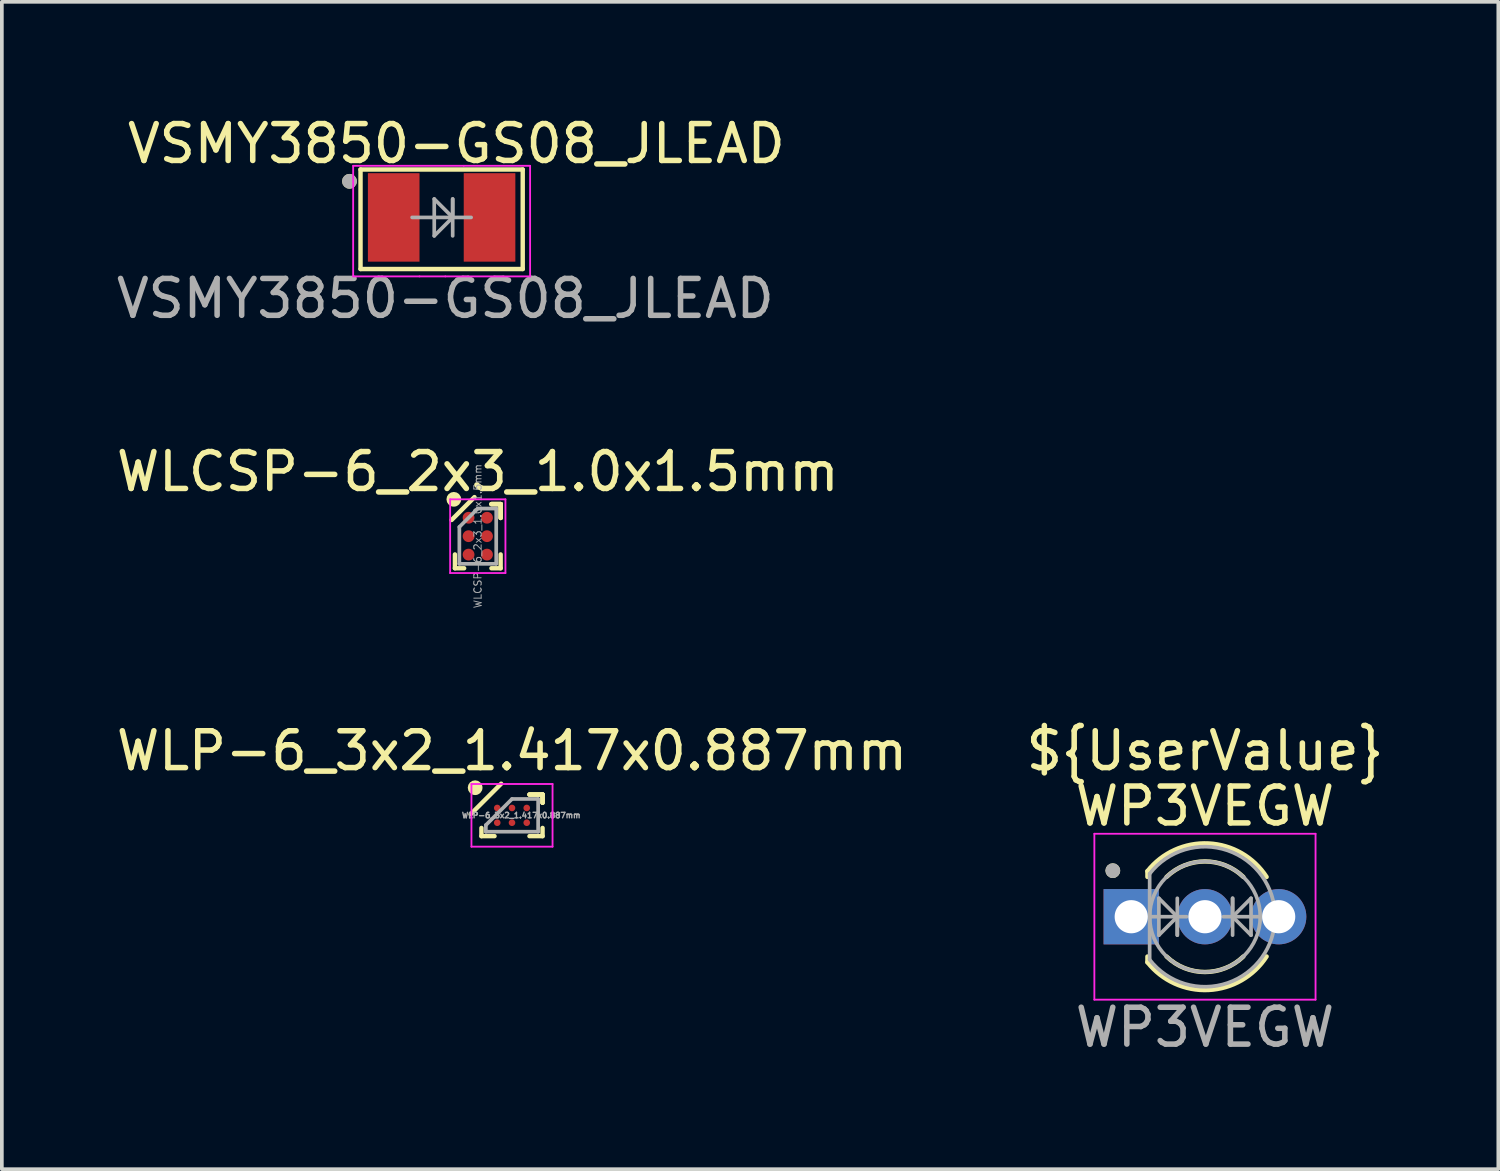
<source format=kicad_pcb>
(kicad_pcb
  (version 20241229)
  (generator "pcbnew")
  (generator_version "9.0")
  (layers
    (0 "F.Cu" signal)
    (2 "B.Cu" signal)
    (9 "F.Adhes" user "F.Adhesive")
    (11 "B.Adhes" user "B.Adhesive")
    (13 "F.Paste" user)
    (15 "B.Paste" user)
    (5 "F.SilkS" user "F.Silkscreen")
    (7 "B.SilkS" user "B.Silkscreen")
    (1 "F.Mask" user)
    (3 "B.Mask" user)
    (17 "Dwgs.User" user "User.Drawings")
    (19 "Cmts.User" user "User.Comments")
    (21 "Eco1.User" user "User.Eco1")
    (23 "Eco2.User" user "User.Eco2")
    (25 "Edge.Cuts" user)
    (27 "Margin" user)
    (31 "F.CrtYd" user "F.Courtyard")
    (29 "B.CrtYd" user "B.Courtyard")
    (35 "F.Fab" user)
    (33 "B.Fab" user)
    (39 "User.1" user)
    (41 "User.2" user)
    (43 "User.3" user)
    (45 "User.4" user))
  (footprint "WLP-6_3x2_1.417x0.887mm"
    (layer "F.Cu")
    (at 10.839 19.068)
    (property "Reference" "WLP-6_3x2_1.417x0.887mm" (at 0 -1.75 0) (layer "F.SilkS") (effects (font (size 1 1) (thickness 0.15))))
    (attr through_hole)
    (fp_line (start -0.829 0.564) (end -0.829 0.342) (stroke (width 0.12) (type solid)) (layer "F.SilkS"))
    (fp_line (start -0.474 0.564) (end -0.829 0.564) (stroke (width 0.12) (type solid)) (layer "F.SilkS"))
    (fp_line (start -0.294 -0.858) (end -1.123 -0.029) (stroke (width 0.12) (type solid)) (layer "F.SilkS"))
    (fp_line (start 0.474 -0.564) (end 0.829 -0.564) (stroke (width 0.12) (type solid)) (layer "F.SilkS"))
    (fp_line (start 0.474 -0.564) (end 0.829 -0.564) (stroke (width 0.12) (type solid)) (layer "F.SilkS"))
    (fp_line (start 0.474 -0.564) (end 0.829 -0.564) (stroke (width 0.12) (type solid)) (layer "F.SilkS"))
    (fp_line (start 0.474 0.564) (end 0.829 0.564) (stroke (width 0.12) (type solid)) (layer "F.SilkS"))
    (fp_line (start 0.829 -0.564) (end 0.829 -0.342) (stroke (width 0.12) (type solid)) (layer "F.SilkS"))
    (fp_line (start 0.829 -0.564) (end 0.829 -0.342) (stroke (width 0.12) (type solid)) (layer "F.SilkS"))
    (fp_line (start 0.829 -0.564) (end 0.829 -0.342) (stroke (width 0.12) (type solid)) (layer "F.SilkS"))
    (fp_line (start 0.829 0.564) (end 0.829 0.342) (stroke (width 0.12) (type solid)) (layer "F.SilkS"))
    (fp_circle (center -1 -0.75) (end -1 -0.65) (stroke (width 0.2) (type solid)) (fill no) (layer "F.SilkS"))
    (fp_line (start -1.1 -0.85) (end 1.1 -0.85) (stroke (width 0.05) (type solid)) (layer "F.CrtYd"))
    (fp_line (start -1.1 0.85) (end -1.1 -0.85) (stroke (width 0.05) (type solid)) (layer "F.CrtYd"))
    (fp_line (start 1.1 -0.85) (end 1.1 0.85) (stroke (width 0.05) (type solid)) (layer "F.CrtYd"))
    (fp_line (start 1.1 0.85) (end -1.1 0.85) (stroke (width 0.05) (type solid)) (layer "F.CrtYd"))
    (fp_line (start -0.709 0.265) (end -0.709 0.444) (stroke (width 0.1) (type solid)) (layer "F.Fab"))
    (fp_line (start -0.709 0.444) (end 0.709 0.444) (stroke (width 0.1) (type solid)) (layer "F.Fab"))
    (fp_line (start 0 -0.444) (end -0.709 0.265) (stroke (width 0.1) (type solid)) (layer "F.Fab"))
    (fp_line (start 0.709 -0.444) (end 0 -0.444) (stroke (width 0.1) (type solid)) (layer "F.Fab"))
    (fp_line (start 0.709 0.444) (end 0.709 -0.444) (stroke (width 0.1) (type solid)) (layer "F.Fab"))
    (fp_text user "${REFERENCE}" (at 0.25 0 0) (layer "F.Fab") (effects (font (size 0.15 0.15) (thickness 0.037))))
    (pad "A1" smd circle (at -0.4 -0.2) (size 0.18 0.18) (layers "F.Cu" "F.Mask" "F.Paste"))
    (pad "A2" smd circle (at 0 -0.2) (size 0.18 0.18) (layers "F.Cu" "F.Mask" "F.Paste"))
    (pad "A3" smd circle (at 0.4 -0.2) (size 0.18 0.18) (layers "F.Cu" "F.Mask" "F.Paste"))
    (pad "B1" smd circle (at -0.4 0.2) (size 0.18 0.18) (layers "F.Cu" "F.Mask" "F.Paste"))
    (pad "B2" smd circle (at 0 0.2) (size 0.18 0.18) (layers "F.Cu" "F.Mask" "F.Paste"))
    (pad "B3" smd circle (at 0.4 0.2) (size 0.18 0.18) (layers "F.Cu" "F.Mask" "F.Paste")))
  (footprint "WLCSP-6_2x3_1.0x1.5mm"
    (layer "F.Cu")
    (at 9.911 11.495)
    (property "Reference" "WLCSP-6_2x3_1.0x1.5mm" (at 0 -1.75 0) (layer "F.SilkS") (effects (font (size 1 1) (thickness 0.15))))
    (attr smd)
    (fp_line (start -0.62 0.87) (end -0.62 0.495) (stroke (width 0.12) (type solid)) (layer "F.SilkS"))
    (fp_line (start -0.37 0.87) (end -0.62 0.87) (stroke (width 0.12) (type solid)) (layer "F.SilkS"))
    (fp_line (start -0.09 -1.06) (end -0.71 -0.44) (stroke (width 0.12) (type solid)) (layer "F.SilkS"))
    (fp_line (start 0.37 -0.87) (end 0.62 -0.87) (stroke (width 0.12) (type solid)) (layer "F.SilkS"))
    (fp_line (start 0.37 -0.87) (end 0.62 -0.87) (stroke (width 0.12) (type solid)) (layer "F.SilkS"))
    (fp_line (start 0.37 -0.87) (end 0.62 -0.87) (stroke (width 0.12) (type solid)) (layer "F.SilkS"))
    (fp_line (start 0.37 0.87) (end 0.62 0.87) (stroke (width 0.12) (type solid)) (layer "F.SilkS"))
    (fp_line (start 0.62 -0.87) (end 0.62 -0.495) (stroke (width 0.12) (type solid)) (layer "F.SilkS"))
    (fp_line (start 0.62 -0.87) (end 0.62 -0.495) (stroke (width 0.12) (type solid)) (layer "F.SilkS"))
    (fp_line (start 0.62 -0.87) (end 0.62 -0.495) (stroke (width 0.12) (type solid)) (layer "F.SilkS"))
    (fp_line (start 0.62 0.87) (end 0.62 0.495) (stroke (width 0.12) (type solid)) (layer "F.SilkS"))
    (fp_circle (center -0.65 -1) (end -0.65 -0.9) (stroke (width 0.2) (type solid)) (fill no) (layer "F.SilkS"))
    (fp_line (start -0.75 -1) (end 0.75 -1) (stroke (width 0.05) (type solid)) (layer "F.CrtYd"))
    (fp_line (start -0.75 1) (end -0.75 -1) (stroke (width 0.05) (type solid)) (layer "F.CrtYd"))
    (fp_line (start 0.75 -1) (end 0.75 1) (stroke (width 0.05) (type solid)) (layer "F.CrtYd"))
    (fp_line (start 0.75 1) (end -0.75 1) (stroke (width 0.05) (type solid)) (layer "F.CrtYd"))
    (fp_line (start -0.5 -0.25) (end -0.5 0.75) (stroke (width 0.1) (type solid)) (layer "F.Fab"))
    (fp_line (start -0.5 0.75) (end 0.5 0.75) (stroke (width 0.1) (type solid)) (layer "F.Fab"))
    (fp_line (start 0 -0.75) (end -0.5 -0.25) (stroke (width 0.1) (type solid)) (layer "F.Fab"))
    (fp_line (start 0.5 -0.75) (end 0 -0.75) (stroke (width 0.1) (type solid)) (layer "F.Fab"))
    (fp_line (start 0.5 0.75) (end 0.5 -0.75) (stroke (width 0.1) (type solid)) (layer "F.Fab"))
    (fp_text user "${REFERENCE}" (at 0 0 90) (unlocked yes) (layer "F.Fab") (effects (font (size 0.2 0.2) (thickness 0.025))))
    (pad "A1" smd circle (at -0.25 -0.5) (size 0.32 0.32) (layers "F.Cu" "F.Mask" "F.Paste"))
    (pad "A2" smd circle (at 0.25 -0.5) (size 0.32 0.32) (layers "F.Cu" "F.Mask" "F.Paste"))
    (pad "B1" smd circle (at -0.25 0) (size 0.32 0.32) (layers "F.Cu" "F.Mask" "F.Paste"))
    (pad "B2" smd circle (at 0.25 0) (size 0.32 0.32) (layers "F.Cu" "F.Mask" "F.Paste"))
    (pad "C1" smd circle (at -0.25 0.5) (size 0.32 0.32) (layers "F.Cu" "F.Mask" "F.Paste"))
    (pad "C2" smd circle (at 0.25 0.5) (size 0.32 0.32) (layers "F.Cu" "F.Mask" "F.Paste")))
  (footprint "VSMY3850-GS08_JLEAD"
    (layer "F.Cu")
    (at 8.93 2.848)
    (property "Reference" "VSMY3850-GS08_JLEAD" (at 0.4 -2 0) (unlocked yes) (layer "F.SilkS") (effects (font (size 1 1) (thickness 0.15))))
    (attr smd)
    (fp_line (start -2.2 -1.3) (end -2.2 1.4) (stroke (width 0.12) (type solid)) (layer "F.SilkS"))
    (fp_line (start -2.2 1.4) (end 2.2 1.4) (stroke (width 0.12) (type solid)) (layer "F.SilkS"))
    (fp_line (start 2.2 -1.3) (end -2.2 -1.3) (stroke (width 0.12) (type solid)) (layer "F.SilkS"))
    (fp_line (start 2.2 1.4) (end 2.2 -1.3) (stroke (width 0.12) (type solid)) (layer "F.SilkS"))
    (fp_circle (center -2.5 -0.98) (end -2.4 -0.98) (stroke (width 0.2) (type solid)) (fill no) (layer "F.SilkS"))
    (fp_line (start -2.4 -1.4) (end 0.6 -1.4) (stroke (width 0.05) (type solid)) (layer "F.CrtYd"))
    (fp_line (start -2.4 1.6) (end -2.4 -1.4) (stroke (width 0.05) (type solid)) (layer "F.CrtYd"))
    (fp_line (start -0.6 1.6) (end -2.4 1.6) (stroke (width 0.05) (type solid)) (layer "F.CrtYd"))
    (fp_line (start 0.1 1.6) (end -0.6 1.6) (stroke (width 0.05) (type solid)) (layer "F.CrtYd"))
    (fp_line (start 0.6 -1.4) (end 2.4 -1.4) (stroke (width 0.05) (type solid)) (layer "F.CrtYd"))
    (fp_line (start 2.4 -1.4) (end 2.4 1.6) (stroke (width 0.05) (type solid)) (layer "F.CrtYd"))
    (fp_line (start 2.4 1.6) (end 0.1 1.6) (stroke (width 0.05) (type solid)) (layer "F.CrtYd"))
    (fp_line (start -0.8 0) (end 0.3 0) (stroke (width 0.1) (type solid)) (layer "F.Fab"))
    (fp_line (start -0.2 -0.5) (end 0.3 0) (stroke (width 0.1) (type solid)) (layer "F.Fab"))
    (fp_line (start -0.2 0.5) (end -0.2 -0.5) (stroke (width 0.1) (type solid)) (layer "F.Fab"))
    (fp_line (start 0.3 -0.5) (end 0.3 0) (stroke (width 0.1) (type solid)) (layer "F.Fab"))
    (fp_line (start 0.3 0) (end -0.2 0.5) (stroke (width 0.1) (type solid)) (layer "F.Fab"))
    (fp_line (start 0.3 0) (end 0.8 0) (stroke (width 0.1) (type solid)) (layer "F.Fab"))
    (fp_line (start 0.3 0.5) (end 0.3 -0.5) (stroke (width 0.1) (type solid)) (layer "F.Fab"))
    (fp_circle (center -2.5 -0.98) (end -2.4 -0.98) (stroke (width 0.2) (type solid)) (fill no) (layer "F.Fab"))
    (fp_text user "${REFERENCE}" (at 0.1 2.2 0) (unlocked yes) (layer "F.Fab") (effects (font (size 1 1) (thickness 0.15))))
    (pad "A" smd rect (at -1.3 0) (size 1.4 2.4) (layers "F.Cu" "F.Mask" "F.Paste"))
    (pad "C" smd rect (at 1.3 0) (size 1.4 2.4) (layers "F.Cu" "F.Mask" "F.Paste")))
  (footprint "WP3VEGW"
    (layer "F.Cu")
    (at 29.637 21.818)
    (property "Reference" "WP3VEGW" (at 0 -3 0) (unlocked yes) (layer "F.SilkS") (effects (font (size 1 1) (thickness 0.15))))
    (attr through_hole)
    (fp_line (start -1.56 -1.236) (end -1.56 -1.08) (stroke (width 0.12) (type solid)) (layer "F.SilkS"))
    (fp_line (start -1.56 1.08) (end -1.56 1.236) (stroke (width 0.12) (type solid)) (layer "F.SilkS"))
    (fp_arc (start -1.56 -1.235516) (mid 0.096487 -1.987659) (end 1.672335 -1.078608) (stroke (width 0.12) (type solid)) (layer "F.SilkS"))
    (fp_arc (start -1.040961 -1.08) (mid 0.000117 -1.5) (end 1.04113 -1.079837) (stroke (width 0.12) (type solid)) (layer "F.SilkS"))
    (fp_arc (start 1.04113 1.079837) (mid 0.000117 1.5) (end -1.040961 1.08) (stroke (width 0.12) (type solid)) (layer "F.SilkS"))
    (fp_arc (start 1.672335 1.078608) (mid 0.096487 1.987659) (end -1.56 1.235516) (stroke (width 0.12) (type solid)) (layer "F.SilkS"))
    (fp_circle (center -2.5 -1.25) (end -2.4 -1.25) (stroke (width 0.2) (type solid)) (fill no) (layer "F.SilkS"))
    (fp_line (start -3 -2.25) (end -3 2.25) (stroke (width 0.05) (type solid)) (layer "F.CrtYd"))
    (fp_line (start -3 2.25) (end 3 2.25) (stroke (width 0.05) (type solid)) (layer "F.CrtYd"))
    (fp_line (start 3 -2.25) (end -3 -2.25) (stroke (width 0.05) (type solid)) (layer "F.CrtYd"))
    (fp_line (start 3 2.25) (end 3 -2.25) (stroke (width 0.05) (type solid)) (layer "F.CrtYd"))
    (fp_line (start -1.5 -1.166) (end -1.5 1.166) (stroke (width 0.1) (type solid)) (layer "F.Fab"))
    (fp_line (start -1.25 -0.5) (end -0.75 0) (stroke (width 0.1) (type solid)) (layer "F.Fab"))
    (fp_line (start -1.25 0.5) (end -1.25 -0.5) (stroke (width 0.1) (type solid)) (layer "F.Fab"))
    (fp_line (start -0.75 0) (end -1.25 0.5) (stroke (width 0.1) (type solid)) (layer "F.Fab"))
    (fp_line (start -0.75 0) (end -0.75 0.5) (stroke (width 0.1) (type solid)) (layer "F.Fab"))
    (fp_line (start -0.75 0.5) (end -0.75 -0.5) (stroke (width 0.1) (type solid)) (layer "F.Fab"))
    (fp_line (start -0.5 0) (end -1.5 0) (stroke (width 0.1) (type solid)) (layer "F.Fab"))
    (fp_line (start 0.5 0) (end 1.5 0) (stroke (width 0.1) (type solid)) (layer "F.Fab"))
    (fp_line (start 0.75 -0.5) (end 0.75 0.5) (stroke (width 0.1) (type solid)) (layer "F.Fab"))
    (fp_line (start 0.75 0) (end 0.75 -0.5) (stroke (width 0.1) (type solid)) (layer "F.Fab"))
    (fp_line (start 0.75 0) (end 1.25 -0.5) (stroke (width 0.1) (type solid)) (layer "F.Fab"))
    (fp_line (start 1.25 -0.5) (end 1.25 0.5) (stroke (width 0.1) (type solid)) (layer "F.Fab"))
    (fp_line (start 1.25 0.5) (end 0.75 0) (stroke (width 0.1) (type solid)) (layer "F.Fab"))
    (fp_arc (start -1.5 -1.16619) (mid 1.9 0.000452) (end -1.500555 1.165476) (stroke (width 0.1) (type solid)) (layer "F.Fab"))
    (fp_circle (center -2.5 -1.25) (end -2.4 -1.25) (stroke (width 0.2) (type solid)) (fill no) (layer "F.Fab"))
    (fp_circle (center 0 0) (end 1.5 0) (stroke (width 0.1) (type solid)) (fill no) (layer "F.Fab"))
    (fp_text user "${UserValue}" (at 0 -4.5 0) (layer "F.SilkS") (effects (font (size 1 1) (thickness 0.15))))
    (fp_text user "${REFERENCE}" (at 0 3 0) (unlocked yes) (layer "F.Fab") (effects (font (size 1 1) (thickness 0.15))))
    (pad "1" thru_hole rect (at -2 0) (size 1.5 1.5) (drill 0.9) (layers "*.Cu" "*.Mask"))
    (pad "2" thru_hole circle (at 0 0) (size 1.5 1.5) (drill 0.9) (layers "*.Cu" "*.Mask"))
    (pad "3" thru_hole circle (at 2 0) (size 1.5 1.5) (drill 0.9) (layers "*.Cu" "*.Mask")))
  (gr_rect
    (start -3 -3)
    (end 37.595 28.666)
    (stroke (width 0.1) (type default))
    (fill no)
    (layer "Edge.Cuts")))
</source>
